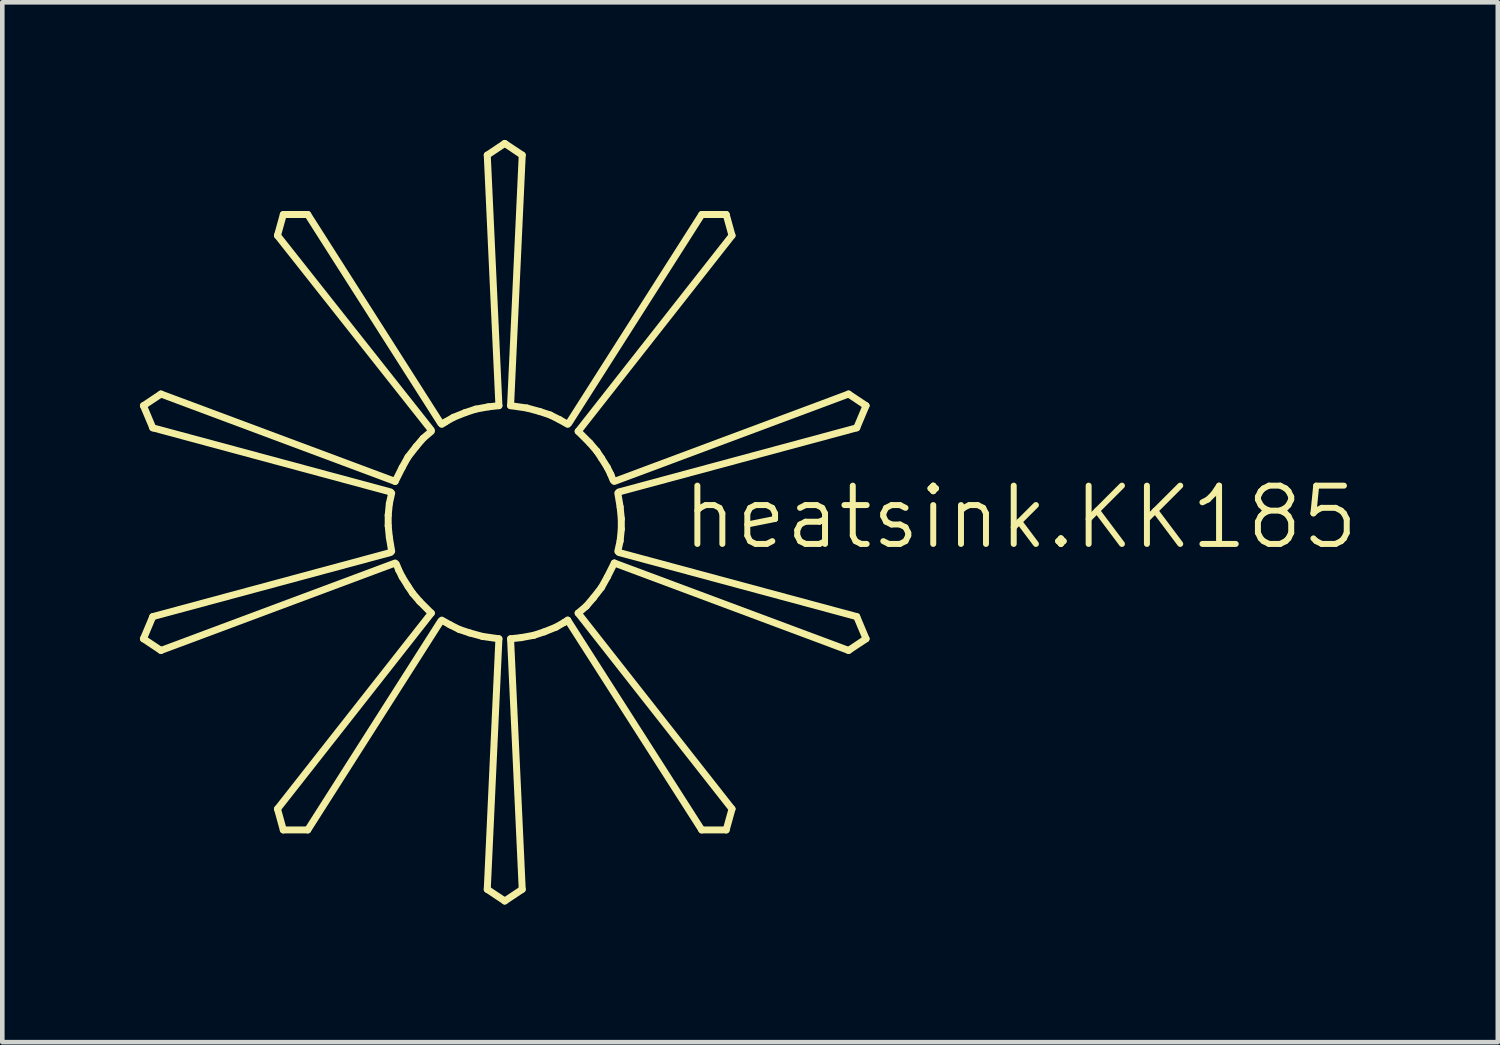
<source format=kicad_pcb>
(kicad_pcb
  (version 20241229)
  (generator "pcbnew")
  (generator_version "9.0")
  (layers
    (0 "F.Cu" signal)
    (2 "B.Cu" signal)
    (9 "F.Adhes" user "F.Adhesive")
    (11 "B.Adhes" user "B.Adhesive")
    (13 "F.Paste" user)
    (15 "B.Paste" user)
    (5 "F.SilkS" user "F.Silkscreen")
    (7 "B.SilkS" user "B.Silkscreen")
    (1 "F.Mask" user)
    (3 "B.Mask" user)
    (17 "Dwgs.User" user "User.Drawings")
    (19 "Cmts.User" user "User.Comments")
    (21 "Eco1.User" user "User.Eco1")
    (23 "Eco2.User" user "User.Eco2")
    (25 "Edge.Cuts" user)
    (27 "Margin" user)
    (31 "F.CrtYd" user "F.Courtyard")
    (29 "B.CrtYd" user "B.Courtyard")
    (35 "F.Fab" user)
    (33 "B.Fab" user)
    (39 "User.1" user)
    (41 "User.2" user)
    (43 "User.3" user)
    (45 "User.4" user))
  (footprint "heatsink.KK185"
    (layer "F.Cu")
    (at 7.95 8.331)
    (property "Reference" "heatsink.KK185" (at 3.81 0.635 0) (layer "F.SilkS") (effects (font (size 1.27 1.27) (thickness 0.13)) (justify left bottom)))
    (fp_line (start -7.874 -2.54) (end -7.671 -2.057) (stroke (width 0.152) (type default)) (layer "F.SilkS"))
    (fp_line (start -7.874 2.54) (end -7.671 2.057) (stroke (width 0.152) (type default)) (layer "F.SilkS"))
    (fp_line (start -7.493 -2.794) (end -7.874 -2.54) (stroke (width 0.152) (type default)) (layer "F.SilkS"))
    (fp_line (start -7.493 2.794) (end -7.874 2.54) (stroke (width 0.152) (type default)) (layer "F.SilkS"))
    (fp_line (start -4.826 -6.706) (end -4.953 -6.248) (stroke (width 0.152) (type default)) (layer "F.SilkS"))
    (fp_line (start -4.826 6.706) (end -4.953 6.248) (stroke (width 0.152) (type default)) (layer "F.SilkS"))
    (fp_line (start -4.293 -6.706) (end -4.826 -6.706) (stroke (width 0.152) (type default)) (layer "F.SilkS"))
    (fp_line (start -4.293 6.706) (end -4.826 6.706) (stroke (width 0.152) (type default)) (layer "F.SilkS"))
    (fp_line (start -2.54 -0.152) (end -2.54 0.076) (stroke (width 0.152) (type default)) (layer "F.SilkS"))
    (fp_line (start -2.54 0.076) (end -2.515 0.33) (stroke (width 0.152) (type default)) (layer "F.SilkS"))
    (fp_line (start -2.515 -0.406) (end -2.54 -0.152) (stroke (width 0.152) (type default)) (layer "F.SilkS"))
    (fp_line (start -2.515 0.33) (end -2.464 0.635) (stroke (width 0.152) (type default)) (layer "F.SilkS"))
    (fp_line (start -2.489 -0.66) (end -7.671 -2.057) (stroke (width 0.152) (type default)) (layer "F.SilkS"))
    (fp_line (start -2.489 0.66) (end -7.671 2.057) (stroke (width 0.152) (type default)) (layer "F.SilkS"))
    (fp_line (start -2.464 -0.635) (end -2.515 -0.406) (stroke (width 0.152) (type default)) (layer "F.SilkS"))
    (fp_line (start -2.388 -0.889) (end -7.493 -2.794) (stroke (width 0.152) (type default)) (layer "F.SilkS"))
    (fp_line (start -2.388 0.889) (end -7.493 2.794) (stroke (width 0.152) (type default)) (layer "F.SilkS"))
    (fp_line (start -2.362 0.914) (end -2.311 1.041) (stroke (width 0.152) (type default)) (layer "F.SilkS"))
    (fp_line (start -2.311 1.041) (end -2.235 1.194) (stroke (width 0.152) (type default)) (layer "F.SilkS"))
    (fp_line (start -2.235 -1.194) (end -2.388 -0.889) (stroke (width 0.152) (type default)) (layer "F.SilkS"))
    (fp_line (start -2.235 1.194) (end -2.108 1.397) (stroke (width 0.152) (type default)) (layer "F.SilkS"))
    (fp_line (start -2.108 -1.422) (end -2.235 -1.194) (stroke (width 0.152) (type default)) (layer "F.SilkS"))
    (fp_line (start -2.108 1.397) (end -2.007 1.549) (stroke (width 0.152) (type default)) (layer "F.SilkS"))
    (fp_line (start -2.007 1.549) (end -1.854 1.727) (stroke (width 0.152) (type default)) (layer "F.SilkS"))
    (fp_line (start -1.93 -1.651) (end -2.108 -1.422) (stroke (width 0.152) (type default)) (layer "F.SilkS"))
    (fp_line (start -1.854 1.727) (end -1.6 1.981) (stroke (width 0.152) (type default)) (layer "F.SilkS"))
    (fp_line (start -1.778 -1.829) (end -1.93 -1.651) (stroke (width 0.152) (type default)) (layer "F.SilkS"))
    (fp_line (start -1.6 -2.007) (end -4.953 -6.248) (stroke (width 0.152) (type default)) (layer "F.SilkS"))
    (fp_line (start -1.6 -1.981) (end -1.778 -1.829) (stroke (width 0.152) (type default)) (layer "F.SilkS"))
    (fp_line (start -1.6 1.981) (end -4.953 6.248) (stroke (width 0.152) (type default)) (layer "F.SilkS"))
    (fp_line (start -1.397 -2.159) (end -4.293 -6.706) (stroke (width 0.152) (type default)) (layer "F.SilkS"))
    (fp_line (start -1.397 2.159) (end -4.293 6.706) (stroke (width 0.152) (type default)) (layer "F.SilkS"))
    (fp_line (start -1.372 2.134) (end -1.194 2.235) (stroke (width 0.152) (type default)) (layer "F.SilkS"))
    (fp_line (start -1.295 -2.184) (end -1.372 -2.134) (stroke (width 0.152) (type default)) (layer "F.SilkS"))
    (fp_line (start -1.194 2.235) (end -0.991 2.337) (stroke (width 0.152) (type default)) (layer "F.SilkS"))
    (fp_line (start -1.118 -2.286) (end -1.295 -2.184) (stroke (width 0.152) (type default)) (layer "F.SilkS"))
    (fp_line (start -0.991 2.337) (end -0.762 2.413) (stroke (width 0.152) (type default)) (layer "F.SilkS"))
    (fp_line (start -0.864 -2.388) (end -1.118 -2.286) (stroke (width 0.152) (type default)) (layer "F.SilkS"))
    (fp_line (start -0.762 2.413) (end -0.483 2.489) (stroke (width 0.152) (type default)) (layer "F.SilkS"))
    (fp_line (start -0.635 -2.464) (end -0.864 -2.388) (stroke (width 0.152) (type default)) (layer "F.SilkS"))
    (fp_line (start -0.483 2.489) (end -0.127 2.54) (stroke (width 0.152) (type default)) (layer "F.SilkS"))
    (fp_line (start -0.381 -8.001) (end 0 -8.255) (stroke (width 0.152) (type default)) (layer "F.SilkS"))
    (fp_line (start -0.356 -2.515) (end -0.635 -2.464) (stroke (width 0.152) (type default)) (layer "F.SilkS"))
    (fp_line (start -0.127 -2.54) (end -0.381 -8.001) (stroke (width 0.152) (type default)) (layer "F.SilkS"))
    (fp_line (start -0.127 -2.54) (end -0.356 -2.515) (stroke (width 0.152) (type default)) (layer "F.SilkS"))
    (fp_line (start -0.127 2.54) (end -0.381 8.001) (stroke (width 0.152) (type default)) (layer "F.SilkS"))
    (fp_line (start 0 -8.255) (end 0.381 -8.001) (stroke (width 0.152) (type default)) (layer "F.SilkS"))
    (fp_line (start 0 8.255) (end -0.381 8.001) (stroke (width 0.152) (type default)) (layer "F.SilkS"))
    (fp_line (start 0.127 -2.54) (end 0.381 -8.001) (stroke (width 0.152) (type default)) (layer "F.SilkS"))
    (fp_line (start 0.127 2.54) (end 0.356 2.515) (stroke (width 0.152) (type default)) (layer "F.SilkS"))
    (fp_line (start 0.127 2.54) (end 0.381 8.001) (stroke (width 0.152) (type default)) (layer "F.SilkS"))
    (fp_line (start 0.356 2.515) (end 0.635 2.464) (stroke (width 0.152) (type default)) (layer "F.SilkS"))
    (fp_line (start 0.381 8.001) (end 0 8.255) (stroke (width 0.152) (type default)) (layer "F.SilkS"))
    (fp_line (start 0.483 -2.489) (end 0.127 -2.54) (stroke (width 0.152) (type default)) (layer "F.SilkS"))
    (fp_line (start 0.635 2.464) (end 0.864 2.388) (stroke (width 0.152) (type default)) (layer "F.SilkS"))
    (fp_line (start 0.762 -2.413) (end 0.483 -2.489) (stroke (width 0.152) (type default)) (layer "F.SilkS"))
    (fp_line (start 0.864 2.388) (end 1.118 2.286) (stroke (width 0.152) (type default)) (layer "F.SilkS"))
    (fp_line (start 0.991 -2.337) (end 0.762 -2.413) (stroke (width 0.152) (type default)) (layer "F.SilkS"))
    (fp_line (start 1.118 2.286) (end 1.295 2.184) (stroke (width 0.152) (type default)) (layer "F.SilkS"))
    (fp_line (start 1.194 -2.235) (end 0.991 -2.337) (stroke (width 0.152) (type default)) (layer "F.SilkS"))
    (fp_line (start 1.295 2.184) (end 1.372 2.134) (stroke (width 0.152) (type default)) (layer "F.SilkS"))
    (fp_line (start 1.372 -2.134) (end 1.194 -2.235) (stroke (width 0.152) (type default)) (layer "F.SilkS"))
    (fp_line (start 1.372 2.134) (end 4.293 6.706) (stroke (width 0.152) (type default)) (layer "F.SilkS"))
    (fp_line (start 1.397 -2.159) (end 4.293 -6.706) (stroke (width 0.152) (type default)) (layer "F.SilkS"))
    (fp_line (start 1.6 -1.981) (end 4.953 -6.248) (stroke (width 0.152) (type default)) (layer "F.SilkS"))
    (fp_line (start 1.6 1.981) (end 1.778 1.829) (stroke (width 0.152) (type default)) (layer "F.SilkS"))
    (fp_line (start 1.6 1.981) (end 4.953 6.248) (stroke (width 0.152) (type default)) (layer "F.SilkS"))
    (fp_line (start 1.778 1.829) (end 1.93 1.651) (stroke (width 0.152) (type default)) (layer "F.SilkS"))
    (fp_line (start 1.854 -1.727) (end 1.6 -1.981) (stroke (width 0.152) (type default)) (layer "F.SilkS"))
    (fp_line (start 1.93 1.651) (end 2.108 1.422) (stroke (width 0.152) (type default)) (layer "F.SilkS"))
    (fp_line (start 2.007 -1.549) (end 1.854 -1.727) (stroke (width 0.152) (type default)) (layer "F.SilkS"))
    (fp_line (start 2.108 -1.397) (end 2.007 -1.549) (stroke (width 0.152) (type default)) (layer "F.SilkS"))
    (fp_line (start 2.108 1.422) (end 2.235 1.194) (stroke (width 0.152) (type default)) (layer "F.SilkS"))
    (fp_line (start 2.235 -1.194) (end 2.108 -1.397) (stroke (width 0.152) (type default)) (layer "F.SilkS"))
    (fp_line (start 2.235 1.194) (end 2.388 0.889) (stroke (width 0.152) (type default)) (layer "F.SilkS"))
    (fp_line (start 2.311 -1.041) (end 2.235 -1.194) (stroke (width 0.152) (type default)) (layer "F.SilkS"))
    (fp_line (start 2.362 -0.914) (end 2.311 -1.041) (stroke (width 0.152) (type default)) (layer "F.SilkS"))
    (fp_line (start 2.388 -0.889) (end 7.493 -2.794) (stroke (width 0.152) (type default)) (layer "F.SilkS"))
    (fp_line (start 2.388 0.889) (end 7.493 2.794) (stroke (width 0.152) (type default)) (layer "F.SilkS"))
    (fp_line (start 2.464 0.635) (end 2.515 0.406) (stroke (width 0.152) (type default)) (layer "F.SilkS"))
    (fp_line (start 2.489 -0.66) (end 7.671 -2.057) (stroke (width 0.152) (type default)) (layer "F.SilkS"))
    (fp_line (start 2.489 0.66) (end 7.671 2.057) (stroke (width 0.152) (type default)) (layer "F.SilkS"))
    (fp_line (start 2.515 -0.33) (end 2.464 -0.635) (stroke (width 0.152) (type default)) (layer "F.SilkS"))
    (fp_line (start 2.515 0.406) (end 2.54 0.152) (stroke (width 0.152) (type default)) (layer "F.SilkS"))
    (fp_line (start 2.54 -0.076) (end 2.515 -0.33) (stroke (width 0.152) (type default)) (layer "F.SilkS"))
    (fp_line (start 2.54 0.152) (end 2.54 -0.076) (stroke (width 0.152) (type default)) (layer "F.SilkS"))
    (fp_line (start 4.293 -6.706) (end 4.826 -6.706) (stroke (width 0.152) (type default)) (layer "F.SilkS"))
    (fp_line (start 4.293 6.706) (end 4.826 6.706) (stroke (width 0.152) (type default)) (layer "F.SilkS"))
    (fp_line (start 4.826 -6.706) (end 4.953 -6.248) (stroke (width 0.152) (type default)) (layer "F.SilkS"))
    (fp_line (start 4.826 6.706) (end 4.953 6.248) (stroke (width 0.152) (type default)) (layer "F.SilkS"))
    (fp_line (start 7.493 -2.794) (end 7.874 -2.54) (stroke (width 0.152) (type default)) (layer "F.SilkS"))
    (fp_line (start 7.493 2.794) (end 7.874 2.54) (stroke (width 0.152) (type default)) (layer "F.SilkS"))
    (fp_line (start 7.874 -2.54) (end 7.671 -2.057) (stroke (width 0.152) (type default)) (layer "F.SilkS"))
    (fp_line (start 7.874 2.54) (end 7.671 2.057) (stroke (width 0.152) (type default)) (layer "F.SilkS")))
  (gr_rect
    (start -3 -3)
    (end 29.592 19.662)
    (stroke (width 0.1) (type default))
    (fill no)
    (layer "Edge.Cuts")))
</source>
